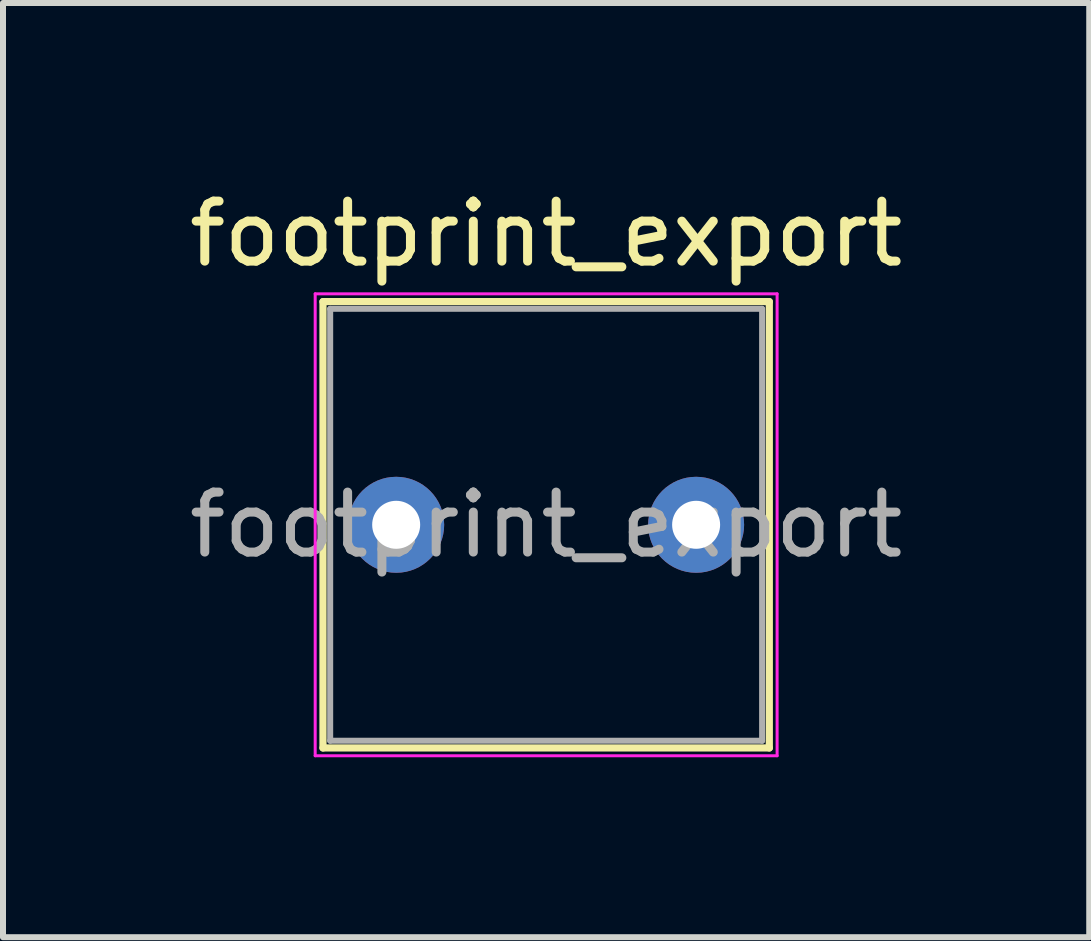
<source format=kicad_pcb>
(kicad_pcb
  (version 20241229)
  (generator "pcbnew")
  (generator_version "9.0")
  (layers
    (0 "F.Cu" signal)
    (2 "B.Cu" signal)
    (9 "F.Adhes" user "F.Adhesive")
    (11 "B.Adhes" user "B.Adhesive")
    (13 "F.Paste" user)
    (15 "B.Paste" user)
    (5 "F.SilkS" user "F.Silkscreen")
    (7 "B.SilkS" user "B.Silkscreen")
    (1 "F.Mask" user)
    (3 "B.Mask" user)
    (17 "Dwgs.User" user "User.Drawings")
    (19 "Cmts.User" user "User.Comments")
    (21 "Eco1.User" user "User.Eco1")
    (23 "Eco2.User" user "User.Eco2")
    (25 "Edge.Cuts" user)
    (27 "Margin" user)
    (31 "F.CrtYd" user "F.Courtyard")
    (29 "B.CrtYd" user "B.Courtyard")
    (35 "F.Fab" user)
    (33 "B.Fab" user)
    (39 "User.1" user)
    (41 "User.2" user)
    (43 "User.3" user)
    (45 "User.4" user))
  (footprint "footprint_export"
    (layer "F.Cu")
    (at 3.554 5.698)
    (property "Reference" "footprint_export" (at 2.5 -4.85 0) (layer "F.SilkS") (effects (font (size 1 1) (thickness 0.15))))
    (attr through_hole)
    (fp_line (start -1.22 -3.72) (end -1.22 3.72) (stroke (width 0.12) (type solid)) (layer "F.SilkS"))
    (fp_line (start -1.22 -3.72) (end 6.22 -3.72) (stroke (width 0.12) (type solid)) (layer "F.SilkS"))
    (fp_line (start -1.22 3.72) (end 6.22 3.72) (stroke (width 0.12) (type solid)) (layer "F.SilkS"))
    (fp_line (start 6.22 -3.72) (end 6.22 3.72) (stroke (width 0.12) (type solid)) (layer "F.SilkS"))
    (fp_line (start -1.35 -3.85) (end -1.35 3.85) (stroke (width 0.05) (type solid)) (layer "F.CrtYd"))
    (fp_line (start -1.35 3.85) (end 6.35 3.85) (stroke (width 0.05) (type solid)) (layer "F.CrtYd"))
    (fp_line (start 6.35 -3.85) (end -1.35 -3.85) (stroke (width 0.05) (type solid)) (layer "F.CrtYd"))
    (fp_line (start 6.35 3.85) (end 6.35 -3.85) (stroke (width 0.05) (type solid)) (layer "F.CrtYd"))
    (fp_line (start -1.1 -3.6) (end -1.1 3.6) (stroke (width 0.1) (type solid)) (layer "F.Fab"))
    (fp_line (start -1.1 3.6) (end 6.1 3.6) (stroke (width 0.1) (type solid)) (layer "F.Fab"))
    (fp_line (start 6.1 -3.6) (end -1.1 -3.6) (stroke (width 0.1) (type solid)) (layer "F.Fab"))
    (fp_line (start 6.1 3.6) (end 6.1 -3.6) (stroke (width 0.1) (type solid)) (layer "F.Fab"))
    (fp_text user "${REFERENCE}" (at 2.5 0 0) (layer "F.Fab") (effects (font (size 1 1) (thickness 0.15))))
    (pad "1" thru_hole circle (at 0 0) (size 1.6 1.6) (drill 0.8) (layers "*.Cu" "*.Mask"))
    (pad "2" thru_hole circle (at 5 0) (size 1.6 1.6) (drill 0.8) (layers "*.Cu" "*.Mask")))
  (gr_rect
    (start -3 -3)
    (end 15.107 12.573)
    (stroke (width 0.1) (type default))
    (fill no)
    (layer "Edge.Cuts")))
</source>
